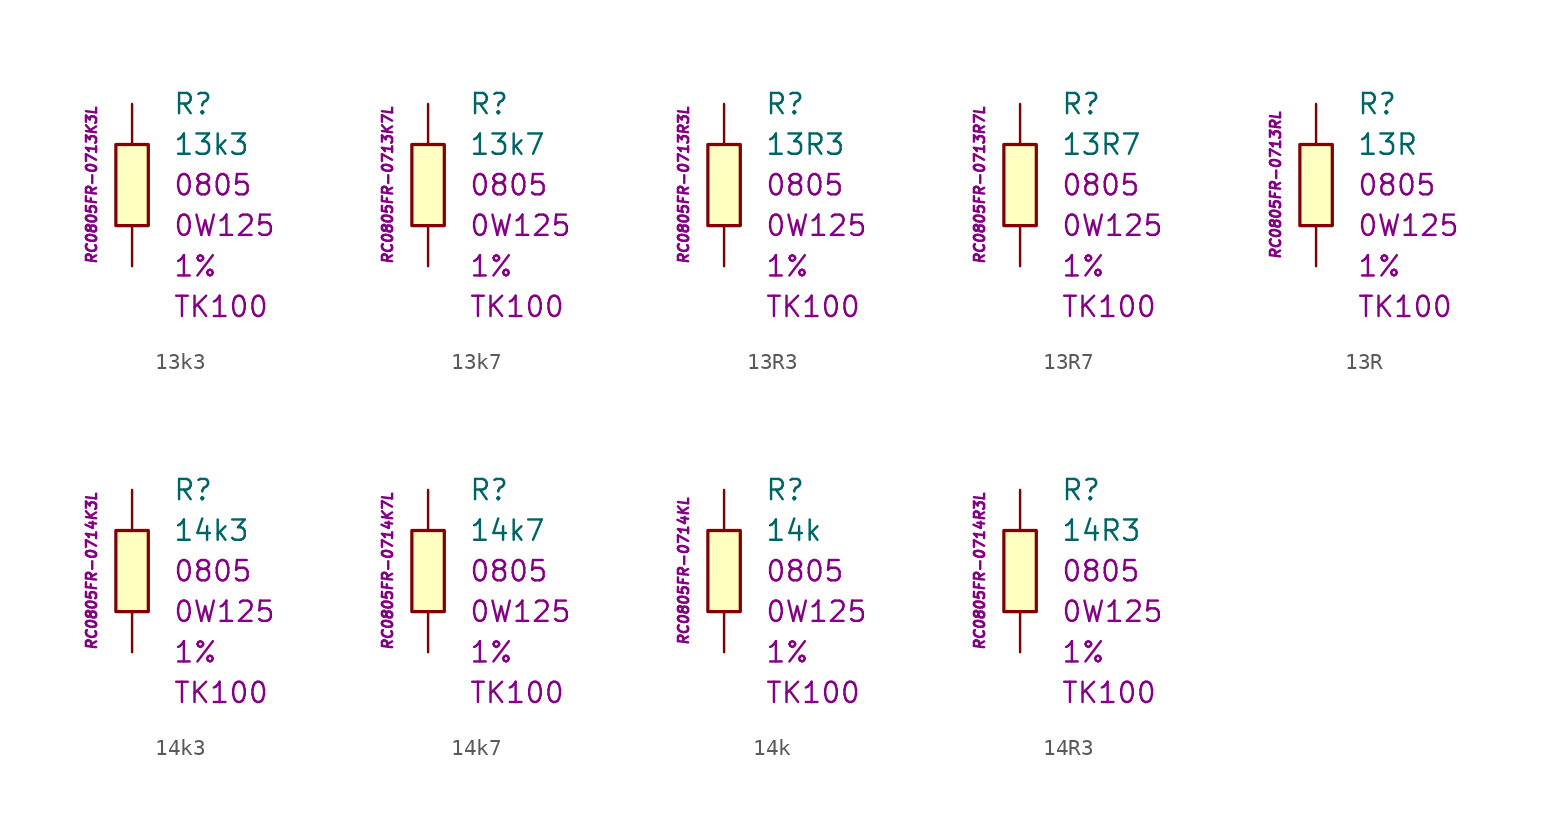
<source format=kicad_sym>
(kicad_symbol_lib
  (version 20201005)
  (generator kicad_symbol_editor)
  (symbol "13k3"
    (pin_numbers hide)
    (pin_names
      (offset 1.016) hide)
    (property "Reference" "R"
      (at 2.54 5.08 0)
      (effects (font (size 1.27 1.27)) (justify left)))
    (property "Value" "13k3"
      (at 2.54 2.54 0)
      (effects (font (size 1.27 1.27)) (justify left)))
    (property "Package" "0805"
      (at 2.54 0 0)
      (effects (font (size 1.27 1.27)) (justify left)))
    (property "Power" "0W125"
      (at 2.54 -2.54 0)
      (effects (font (size 1.27 1.27)) (justify left)))
    (property "Tolerance" "1%"
      (at 2.54 -5.08 0)
      (effects (font (size 1.27 1.27)) (justify left)))
    (property "TK" "TK100"
      (at 2.54 -7.62 0)
      (effects (font (size 1.27 1.27)) (justify left)))
    (property "ID" "RC0805FR-0713K3L"
      (at -2.54 0 90)
      (effects (font (size 0.635 0.635) italic)))
    (symbol "13k3_0_1"
      (rectangle (start -1.016 2.54) (end 1.016 -2.54) (stroke (width 0.203)) (fill (type background))))
    (symbol "13k3_1_1"
      (pin passive line (at 0 5.08 270) (length 2.54) (name "~" (effects (font (size 1.778 1.778)))) (number "1" (effects (font (size 1.778 1.778)))))
      (pin passive line (at 0 -5.08 90) (length 2.54) (name "~" (effects (font (size 1.778 1.778)))) (number "2" (effects (font (size 1.778 1.778)))))))
  (symbol "13k7"
    (pin_numbers hide)
    (pin_names
      (offset 1.016) hide)
    (property "Reference" "R"
      (at 2.54 5.08 0)
      (effects (font (size 1.27 1.27)) (justify left)))
    (property "Value" "13k7"
      (at 2.54 2.54 0)
      (effects (font (size 1.27 1.27)) (justify left)))
    (property "Package" "0805"
      (at 2.54 0 0)
      (effects (font (size 1.27 1.27)) (justify left)))
    (property "Power" "0W125"
      (at 2.54 -2.54 0)
      (effects (font (size 1.27 1.27)) (justify left)))
    (property "Tolerance" "1%"
      (at 2.54 -5.08 0)
      (effects (font (size 1.27 1.27)) (justify left)))
    (property "TK" "TK100"
      (at 2.54 -7.62 0)
      (effects (font (size 1.27 1.27)) (justify left)))
    (property "ID" "RC0805FR-0713K7L"
      (at -2.54 0 90)
      (effects (font (size 0.635 0.635) italic)))
    (symbol "13k7_0_1"
      (rectangle (start -1.016 2.54) (end 1.016 -2.54) (stroke (width 0.203)) (fill (type background))))
    (symbol "13k7_1_1"
      (pin passive line (at 0 5.08 270) (length 2.54) (name "~" (effects (font (size 1.778 1.778)))) (number "1" (effects (font (size 1.778 1.778)))))
      (pin passive line (at 0 -5.08 90) (length 2.54) (name "~" (effects (font (size 1.778 1.778)))) (number "2" (effects (font (size 1.778 1.778)))))))
  (symbol "13R3"
    (pin_numbers hide)
    (pin_names
      (offset 1.016) hide)
    (property "Reference" "R"
      (at 2.54 5.08 0)
      (effects (font (size 1.27 1.27)) (justify left)))
    (property "Value" "13R3"
      (at 2.54 2.54 0)
      (effects (font (size 1.27 1.27)) (justify left)))
    (property "Package" "0805"
      (at 2.54 0 0)
      (effects (font (size 1.27 1.27)) (justify left)))
    (property "Power" "0W125"
      (at 2.54 -2.54 0)
      (effects (font (size 1.27 1.27)) (justify left)))
    (property "Tolerance" "1%"
      (at 2.54 -5.08 0)
      (effects (font (size 1.27 1.27)) (justify left)))
    (property "TK" "TK100"
      (at 2.54 -7.62 0)
      (effects (font (size 1.27 1.27)) (justify left)))
    (property "ID" "RC0805FR-0713R3L"
      (at -2.54 0 90)
      (effects (font (size 0.635 0.635) italic)))
    (symbol "13R3_0_1"
      (rectangle (start -1.016 2.54) (end 1.016 -2.54) (stroke (width 0.203)) (fill (type background))))
    (symbol "13R3_1_1"
      (pin passive line (at 0 5.08 270) (length 2.54) (name "~" (effects (font (size 1.778 1.778)))) (number "1" (effects (font (size 1.778 1.778)))))
      (pin passive line (at 0 -5.08 90) (length 2.54) (name "~" (effects (font (size 1.778 1.778)))) (number "2" (effects (font (size 1.778 1.778)))))))
  (symbol "13R7"
    (pin_numbers hide)
    (pin_names
      (offset 1.016) hide)
    (property "Reference" "R"
      (at 2.54 5.08 0)
      (effects (font (size 1.27 1.27)) (justify left)))
    (property "Value" "13R7"
      (at 2.54 2.54 0)
      (effects (font (size 1.27 1.27)) (justify left)))
    (property "Package" "0805"
      (at 2.54 0 0)
      (effects (font (size 1.27 1.27)) (justify left)))
    (property "Power" "0W125"
      (at 2.54 -2.54 0)
      (effects (font (size 1.27 1.27)) (justify left)))
    (property "Tolerance" "1%"
      (at 2.54 -5.08 0)
      (effects (font (size 1.27 1.27)) (justify left)))
    (property "TK" "TK100"
      (at 2.54 -7.62 0)
      (effects (font (size 1.27 1.27)) (justify left)))
    (property "ID" "RC0805FR-0713R7L"
      (at -2.54 0 90)
      (effects (font (size 0.635 0.635) italic)))
    (symbol "13R7_0_1"
      (rectangle (start -1.016 2.54) (end 1.016 -2.54) (stroke (width 0.203)) (fill (type background))))
    (symbol "13R7_1_1"
      (pin passive line (at 0 5.08 270) (length 2.54) (name "~" (effects (font (size 1.778 1.778)))) (number "1" (effects (font (size 1.778 1.778)))))
      (pin passive line (at 0 -5.08 90) (length 2.54) (name "~" (effects (font (size 1.778 1.778)))) (number "2" (effects (font (size 1.778 1.778)))))))
  (symbol "13R"
    (pin_numbers hide)
    (pin_names
      (offset 1.016) hide)
    (property "Reference" "R"
      (at 2.54 5.08 0)
      (effects (font (size 1.27 1.27)) (justify left)))
    (property "Value" "13R"
      (at 2.54 2.54 0)
      (effects (font (size 1.27 1.27)) (justify left)))
    (property "Package" "0805"
      (at 2.54 0 0)
      (effects (font (size 1.27 1.27)) (justify left)))
    (property "Power" "0W125"
      (at 2.54 -2.54 0)
      (effects (font (size 1.27 1.27)) (justify left)))
    (property "Tolerance" "1%"
      (at 2.54 -5.08 0)
      (effects (font (size 1.27 1.27)) (justify left)))
    (property "TK" "TK100"
      (at 2.54 -7.62 0)
      (effects (font (size 1.27 1.27)) (justify left)))
    (property "ID" "RC0805FR-0713RL"
      (at -2.54 0 90)
      (effects (font (size 0.635 0.635) italic)))
    (symbol "13R_0_1"
      (rectangle (start -1.016 2.54) (end 1.016 -2.54) (stroke (width 0.203)) (fill (type background))))
    (symbol "13R_1_1"
      (pin passive line (at 0 5.08 270) (length 2.54) (name "~" (effects (font (size 1.778 1.778)))) (number "1" (effects (font (size 1.778 1.778)))))
      (pin passive line (at 0 -5.08 90) (length 2.54) (name "~" (effects (font (size 1.778 1.778)))) (number "2" (effects (font (size 1.778 1.778)))))))
  (symbol "14k3"
    (pin_numbers hide)
    (pin_names
      (offset 1.016) hide)
    (property "Reference" "R"
      (at 2.54 5.08 0)
      (effects (font (size 1.27 1.27)) (justify left)))
    (property "Value" "14k3"
      (at 2.54 2.54 0)
      (effects (font (size 1.27 1.27)) (justify left)))
    (property "Package" "0805"
      (at 2.54 0 0)
      (effects (font (size 1.27 1.27)) (justify left)))
    (property "Power" "0W125"
      (at 2.54 -2.54 0)
      (effects (font (size 1.27 1.27)) (justify left)))
    (property "Tolerance" "1%"
      (at 2.54 -5.08 0)
      (effects (font (size 1.27 1.27)) (justify left)))
    (property "TK" "TK100"
      (at 2.54 -7.62 0)
      (effects (font (size 1.27 1.27)) (justify left)))
    (property "ID" "RC0805FR-0714K3L"
      (at -2.54 0 90)
      (effects (font (size 0.635 0.635) italic)))
    (symbol "14k3_0_1"
      (rectangle (start -1.016 2.54) (end 1.016 -2.54) (stroke (width 0.203)) (fill (type background))))
    (symbol "14k3_1_1"
      (pin passive line (at 0 5.08 270) (length 2.54) (name "~" (effects (font (size 1.778 1.778)))) (number "1" (effects (font (size 1.778 1.778)))))
      (pin passive line (at 0 -5.08 90) (length 2.54) (name "~" (effects (font (size 1.778 1.778)))) (number "2" (effects (font (size 1.778 1.778)))))))
  (symbol "14k7"
    (pin_numbers hide)
    (pin_names
      (offset 1.016) hide)
    (property "Reference" "R"
      (at 2.54 5.08 0)
      (effects (font (size 1.27 1.27)) (justify left)))
    (property "Value" "14k7"
      (at 2.54 2.54 0)
      (effects (font (size 1.27 1.27)) (justify left)))
    (property "Package" "0805"
      (at 2.54 0 0)
      (effects (font (size 1.27 1.27)) (justify left)))
    (property "Power" "0W125"
      (at 2.54 -2.54 0)
      (effects (font (size 1.27 1.27)) (justify left)))
    (property "Tolerance" "1%"
      (at 2.54 -5.08 0)
      (effects (font (size 1.27 1.27)) (justify left)))
    (property "TK" "TK100"
      (at 2.54 -7.62 0)
      (effects (font (size 1.27 1.27)) (justify left)))
    (property "ID" "RC0805FR-0714K7L"
      (at -2.54 0 90)
      (effects (font (size 0.635 0.635) italic)))
    (symbol "14k7_0_1"
      (rectangle (start -1.016 2.54) (end 1.016 -2.54) (stroke (width 0.203)) (fill (type background))))
    (symbol "14k7_1_1"
      (pin passive line (at 0 5.08 270) (length 2.54) (name "~" (effects (font (size 1.778 1.778)))) (number "1" (effects (font (size 1.778 1.778)))))
      (pin passive line (at 0 -5.08 90) (length 2.54) (name "~" (effects (font (size 1.778 1.778)))) (number "2" (effects (font (size 1.778 1.778)))))))
  (symbol "14k"
    (pin_numbers hide)
    (pin_names
      (offset 1.016) hide)
    (property "Reference" "R"
      (at 2.54 5.08 0)
      (effects (font (size 1.27 1.27)) (justify left)))
    (property "Value" "14k"
      (at 2.54 2.54 0)
      (effects (font (size 1.27 1.27)) (justify left)))
    (property "Package" "0805"
      (at 2.54 0 0)
      (effects (font (size 1.27 1.27)) (justify left)))
    (property "Power" "0W125"
      (at 2.54 -2.54 0)
      (effects (font (size 1.27 1.27)) (justify left)))
    (property "Tolerance" "1%"
      (at 2.54 -5.08 0)
      (effects (font (size 1.27 1.27)) (justify left)))
    (property "TK" "TK100"
      (at 2.54 -7.62 0)
      (effects (font (size 1.27 1.27)) (justify left)))
    (property "ID" "RC0805FR-0714KL"
      (at -2.54 0 90)
      (effects (font (size 0.635 0.635) italic)))
    (symbol "14k_0_1"
      (rectangle (start -1.016 2.54) (end 1.016 -2.54) (stroke (width 0.203)) (fill (type background))))
    (symbol "14k_1_1"
      (pin passive line (at 0 5.08 270) (length 2.54) (name "~" (effects (font (size 1.778 1.778)))) (number "1" (effects (font (size 1.778 1.778)))))
      (pin passive line (at 0 -5.08 90) (length 2.54) (name "~" (effects (font (size 1.778 1.778)))) (number "2" (effects (font (size 1.778 1.778)))))))
  (symbol "14R3"
    (pin_numbers hide)
    (pin_names
      (offset 1.016) hide)
    (property "Reference" "R"
      (at 2.54 5.08 0)
      (effects (font (size 1.27 1.27)) (justify left)))
    (property "Value" "14R3"
      (at 2.54 2.54 0)
      (effects (font (size 1.27 1.27)) (justify left)))
    (property "Package" "0805"
      (at 2.54 0 0)
      (effects (font (size 1.27 1.27)) (justify left)))
    (property "Power" "0W125"
      (at 2.54 -2.54 0)
      (effects (font (size 1.27 1.27)) (justify left)))
    (property "Tolerance" "1%"
      (at 2.54 -5.08 0)
      (effects (font (size 1.27 1.27)) (justify left)))
    (property "TK" "TK100"
      (at 2.54 -7.62 0)
      (effects (font (size 1.27 1.27)) (justify left)))
    (property "ID" "RC0805FR-0714R3L"
      (at -2.54 0 90)
      (effects (font (size 0.635 0.635) italic)))
    (symbol "14R3_0_1"
      (rectangle (start -1.016 2.54) (end 1.016 -2.54) (stroke (width 0.203)) (fill (type background))))
    (symbol "14R3_1_1"
      (pin passive line (at 0 5.08 270) (length 2.54) (name "~" (effects (font (size 1.778 1.778)))) (number "1" (effects (font (size 1.778 1.778)))))
      (pin passive line (at 0 -5.08 90) (length 2.54) (name "~" (effects (font (size 1.778 1.778)))) (number "2" (effects (font (size 1.778 1.778))))))))
</source>
